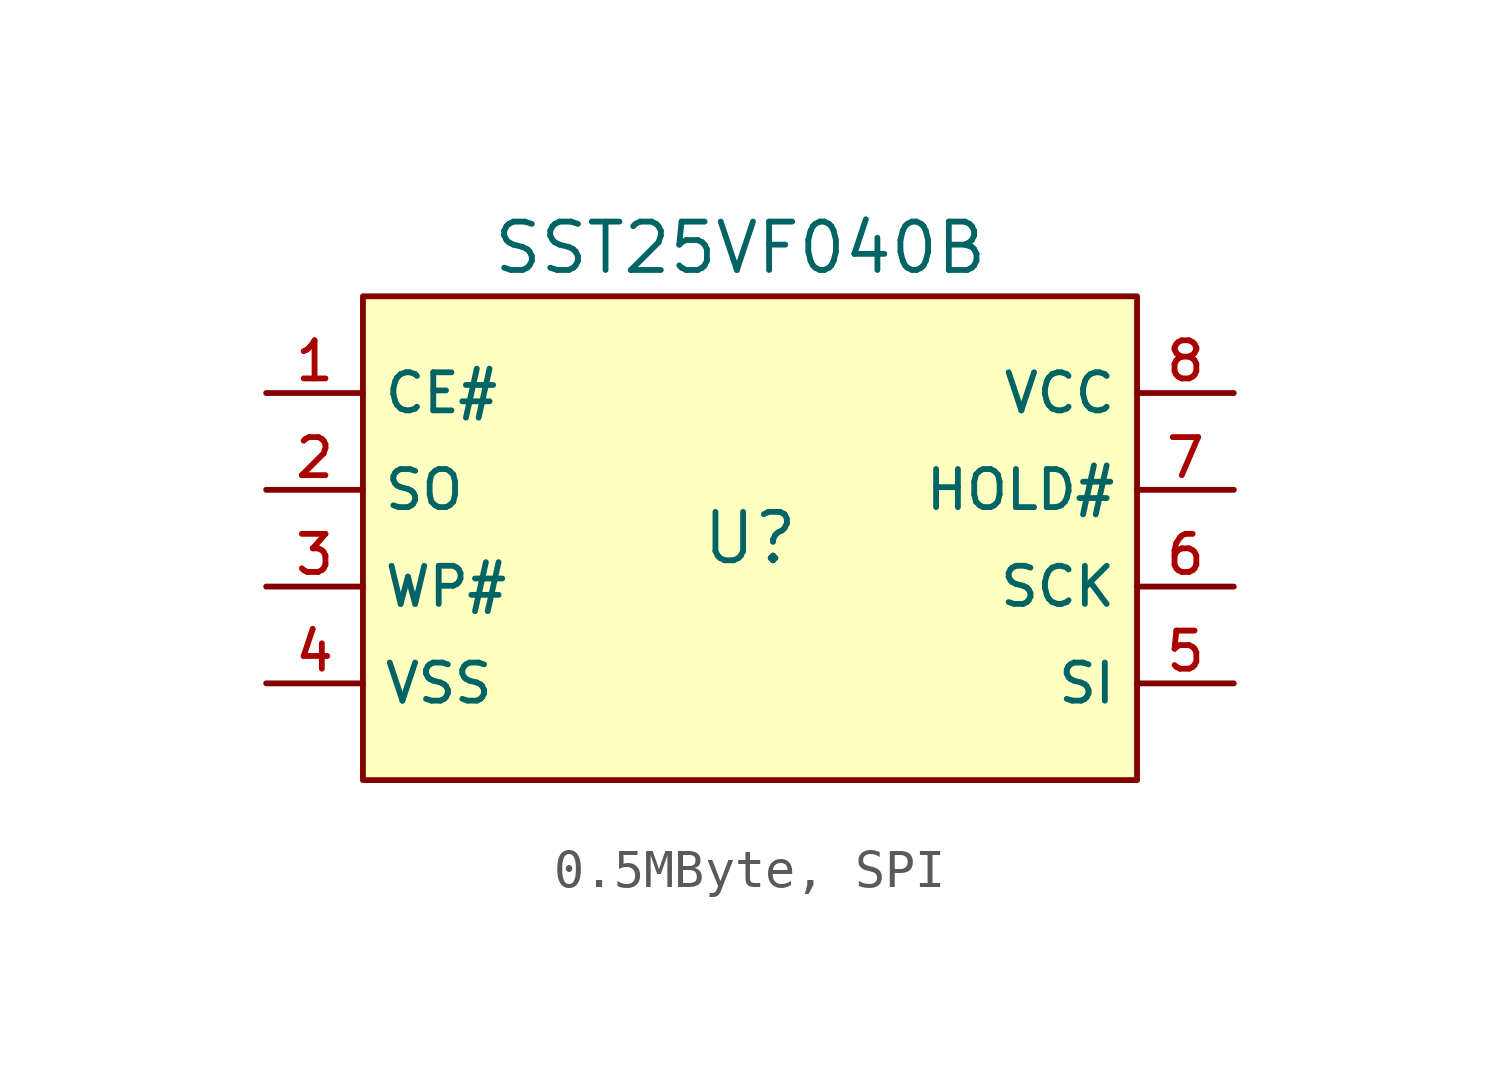
<source format=kicad_sym>
(kicad_symbol_lib
  (version 20231120)
  (generator "CDFER_Archive_Tool")
  (generator_version "0.0")
  (symbol "0.5MByte, SPI"
    (property "Reference" "U"
      (at 0 1.27 0)
      (effects (font (size 1.27 1.27))))
    (property "Value" "SST25VF040B"
      (at -0.254 8.89 0)
      (effects (font (size 1.27 1.27))))
    (symbol "0.5MByte, SPI_0_1"
      (rectangle (start -10.16 7.62) (end 10.16 -5.08) (stroke (width 0) (type default)) (fill (type background)))
      (pin unspecified line (at -12.7 5.08 0) (length 2.54) (name "CE#" (effects (font (size 1 1)))) (number "1" (effects (font (size 1 1)))))
      (pin unspecified line (at -12.7 2.54 0) (length 2.54) (name "SO" (effects (font (size 1 1)))) (number "2" (effects (font (size 1 1)))))
      (pin unspecified line (at -12.7 0 0) (length 2.54) (name "WP#" (effects (font (size 1 1)))) (number "3" (effects (font (size 1 1)))))
      (pin unspecified line (at -12.7 -2.54 0) (length 2.54) (name "VSS" (effects (font (size 1 1)))) (number "4" (effects (font (size 1 1)))))
      (pin unspecified line (at 12.7 -2.54 180) (length 2.54) (name "SI" (effects (font (size 1 1)))) (number "5" (effects (font (size 1 1)))))
      (pin unspecified line (at 12.7 0 180) (length 2.54) (name "SCK" (effects (font (size 1 1)))) (number "6" (effects (font (size 1 1)))))
      (pin unspecified line (at 12.7 2.54 180) (length 2.54) (name "HOLD#" (effects (font (size 1 1)))) (number "7" (effects (font (size 1 1)))))
      (pin unspecified line (at 12.7 5.08 180) (length 2.54) (name "VCC" (effects (font (size 1 1)))) (number "8" (effects (font (size 1 1))))))))
</source>
